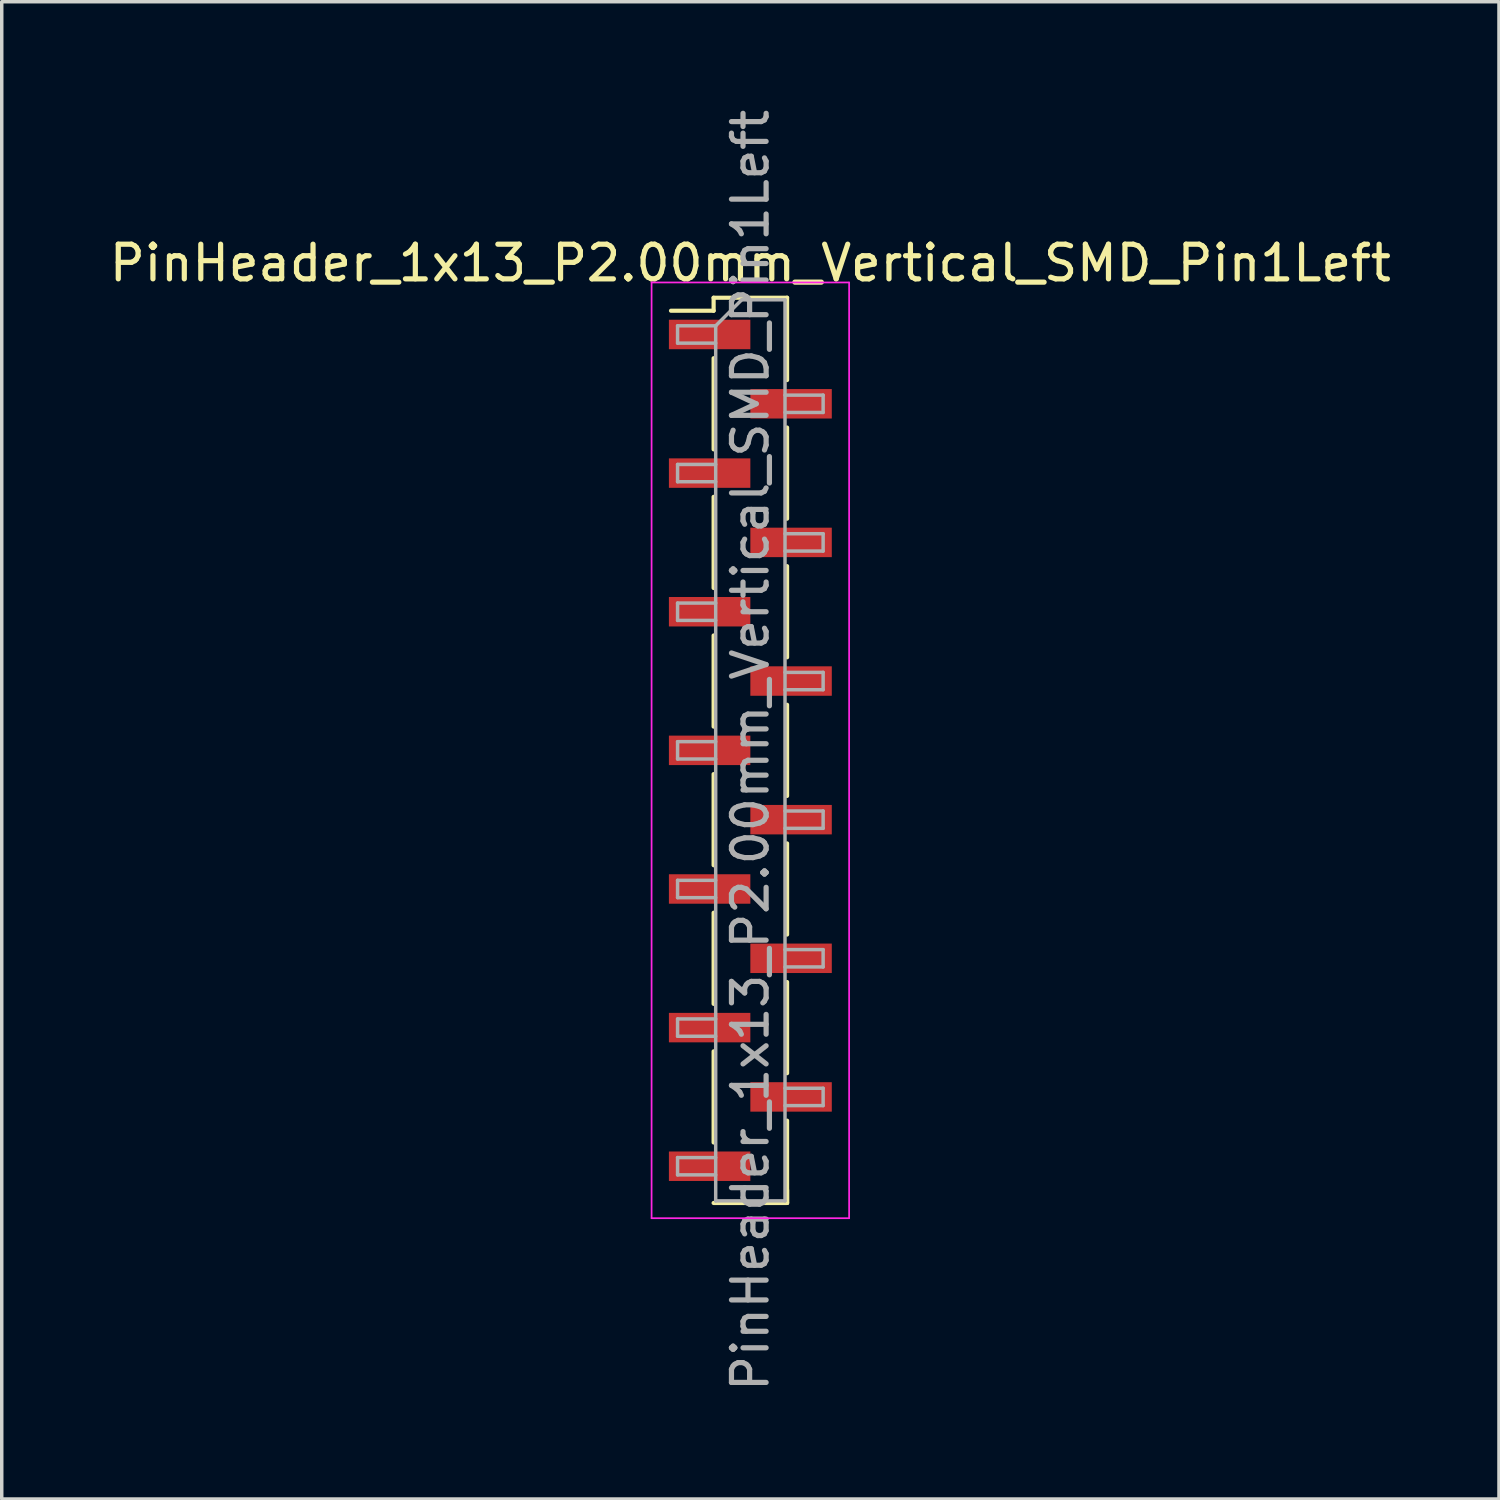
<source format=kicad_pcb>
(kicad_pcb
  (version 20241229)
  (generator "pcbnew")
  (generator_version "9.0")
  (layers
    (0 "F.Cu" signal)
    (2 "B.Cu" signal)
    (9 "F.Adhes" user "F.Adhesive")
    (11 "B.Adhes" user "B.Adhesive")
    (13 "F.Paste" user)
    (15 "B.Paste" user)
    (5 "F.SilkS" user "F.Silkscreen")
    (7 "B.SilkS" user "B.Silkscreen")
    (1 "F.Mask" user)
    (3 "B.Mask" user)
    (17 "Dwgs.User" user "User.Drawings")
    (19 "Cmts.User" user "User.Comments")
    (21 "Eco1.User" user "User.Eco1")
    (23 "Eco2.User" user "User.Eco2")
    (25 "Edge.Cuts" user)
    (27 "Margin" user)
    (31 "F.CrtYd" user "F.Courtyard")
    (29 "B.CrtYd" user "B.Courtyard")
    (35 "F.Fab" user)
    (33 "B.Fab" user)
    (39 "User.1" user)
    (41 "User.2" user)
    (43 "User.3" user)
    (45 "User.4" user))
  (footprint "PinHeader_1x13_P2.00mm_Vertical_SMD_Pin1Left"
    (layer "F.Cu")
    (at 18.601 18.601)
    (property "Reference" "PinHeader_1x13_P2.00mm_Vertical_SMD_Pin1Left" (at 0 -14.06 0) (layer "F.SilkS") (effects (font (size 1 1) (thickness 0.15))))
    (attr smd)
    (fp_line (start -1.06 -13.06) (end -1.06 -12.685) (stroke (width 0.12) (type solid)) (layer "F.SilkS"))
    (fp_line (start -1.06 -13.06) (end 1.06 -13.06) (stroke (width 0.12) (type solid)) (layer "F.SilkS"))
    (fp_line (start -1.06 -12.685) (end -2.29 -12.685) (stroke (width 0.12) (type solid)) (layer "F.SilkS"))
    (fp_line (start -1.06 -11.315) (end -1.06 -8.685) (stroke (width 0.12) (type solid)) (layer "F.SilkS"))
    (fp_line (start -1.06 -7.315) (end -1.06 -4.685) (stroke (width 0.12) (type solid)) (layer "F.SilkS"))
    (fp_line (start -1.06 -3.315) (end -1.06 -0.685) (stroke (width 0.12) (type solid)) (layer "F.SilkS"))
    (fp_line (start -1.06 0.685) (end -1.06 3.315) (stroke (width 0.12) (type solid)) (layer "F.SilkS"))
    (fp_line (start -1.06 4.685) (end -1.06 7.315) (stroke (width 0.12) (type solid)) (layer "F.SilkS"))
    (fp_line (start -1.06 8.685) (end -1.06 11.315) (stroke (width 0.12) (type solid)) (layer "F.SilkS"))
    (fp_line (start -1.06 13.06) (end 1.06 13.06) (stroke (width 0.12) (type solid)) (layer "F.SilkS"))
    (fp_line (start 1.06 -13.06) (end 1.06 -10.685) (stroke (width 0.12) (type solid)) (layer "F.SilkS"))
    (fp_line (start 1.06 -9.315) (end 1.06 -6.685) (stroke (width 0.12) (type solid)) (layer "F.SilkS"))
    (fp_line (start 1.06 -5.315) (end 1.06 -2.685) (stroke (width 0.12) (type solid)) (layer "F.SilkS"))
    (fp_line (start 1.06 -1.315) (end 1.06 1.315) (stroke (width 0.12) (type solid)) (layer "F.SilkS"))
    (fp_line (start 1.06 2.685) (end 1.06 5.315) (stroke (width 0.12) (type solid)) (layer "F.SilkS"))
    (fp_line (start 1.06 6.685) (end 1.06 9.315) (stroke (width 0.12) (type solid)) (layer "F.SilkS"))
    (fp_line (start 1.06 10.685) (end 1.06 13.06) (stroke (width 0.12) (type solid)) (layer "F.SilkS"))
    (fp_line (start 1.06 12.685) (end 1.06 13.06) (stroke (width 0.12) (type solid)) (layer "F.SilkS"))
    (fp_line (start -2.85 -13.5) (end -2.85 13.5) (stroke (width 0.05) (type solid)) (layer "F.CrtYd"))
    (fp_line (start -2.85 13.5) (end 2.85 13.5) (stroke (width 0.05) (type solid)) (layer "F.CrtYd"))
    (fp_line (start 2.85 -13.5) (end -2.85 -13.5) (stroke (width 0.05) (type solid)) (layer "F.CrtYd"))
    (fp_line (start 2.85 13.5) (end 2.85 -13.5) (stroke (width 0.05) (type solid)) (layer "F.CrtYd"))
    (fp_line (start -2.1 -12.25) (end -2.1 -11.75) (stroke (width 0.1) (type solid)) (layer "F.Fab"))
    (fp_line (start -2.1 -11.75) (end -1 -11.75) (stroke (width 0.1) (type solid)) (layer "F.Fab"))
    (fp_line (start -2.1 -8.25) (end -2.1 -7.75) (stroke (width 0.1) (type solid)) (layer "F.Fab"))
    (fp_line (start -2.1 -7.75) (end -1 -7.75) (stroke (width 0.1) (type solid)) (layer "F.Fab"))
    (fp_line (start -2.1 -4.25) (end -2.1 -3.75) (stroke (width 0.1) (type solid)) (layer "F.Fab"))
    (fp_line (start -2.1 -3.75) (end -1 -3.75) (stroke (width 0.1) (type solid)) (layer "F.Fab"))
    (fp_line (start -2.1 -0.25) (end -2.1 0.25) (stroke (width 0.1) (type solid)) (layer "F.Fab"))
    (fp_line (start -2.1 0.25) (end -1 0.25) (stroke (width 0.1) (type solid)) (layer "F.Fab"))
    (fp_line (start -2.1 3.75) (end -2.1 4.25) (stroke (width 0.1) (type solid)) (layer "F.Fab"))
    (fp_line (start -2.1 4.25) (end -1 4.25) (stroke (width 0.1) (type solid)) (layer "F.Fab"))
    (fp_line (start -2.1 7.75) (end -2.1 8.25) (stroke (width 0.1) (type solid)) (layer "F.Fab"))
    (fp_line (start -2.1 8.25) (end -1 8.25) (stroke (width 0.1) (type solid)) (layer "F.Fab"))
    (fp_line (start -2.1 11.75) (end -2.1 12.25) (stroke (width 0.1) (type solid)) (layer "F.Fab"))
    (fp_line (start -2.1 12.25) (end -1 12.25) (stroke (width 0.1) (type solid)) (layer "F.Fab"))
    (fp_line (start -1 -12.25) (end -2.1 -12.25) (stroke (width 0.1) (type solid)) (layer "F.Fab"))
    (fp_line (start -1 -12.25) (end -0.25 -13) (stroke (width 0.1) (type solid)) (layer "F.Fab"))
    (fp_line (start -1 -8.25) (end -2.1 -8.25) (stroke (width 0.1) (type solid)) (layer "F.Fab"))
    (fp_line (start -1 -4.25) (end -2.1 -4.25) (stroke (width 0.1) (type solid)) (layer "F.Fab"))
    (fp_line (start -1 -0.25) (end -2.1 -0.25) (stroke (width 0.1) (type solid)) (layer "F.Fab"))
    (fp_line (start -1 3.75) (end -2.1 3.75) (stroke (width 0.1) (type solid)) (layer "F.Fab"))
    (fp_line (start -1 7.75) (end -2.1 7.75) (stroke (width 0.1) (type solid)) (layer "F.Fab"))
    (fp_line (start -1 11.75) (end -2.1 11.75) (stroke (width 0.1) (type solid)) (layer "F.Fab"))
    (fp_line (start -1 13) (end -1 -12.25) (stroke (width 0.1) (type solid)) (layer "F.Fab"))
    (fp_line (start -0.25 -13) (end 1 -13) (stroke (width 0.1) (type solid)) (layer "F.Fab"))
    (fp_line (start 1 -13) (end 1 13) (stroke (width 0.1) (type solid)) (layer "F.Fab"))
    (fp_line (start 1 -10.25) (end 2.1 -10.25) (stroke (width 0.1) (type solid)) (layer "F.Fab"))
    (fp_line (start 1 -6.25) (end 2.1 -6.25) (stroke (width 0.1) (type solid)) (layer "F.Fab"))
    (fp_line (start 1 -2.25) (end 2.1 -2.25) (stroke (width 0.1) (type solid)) (layer "F.Fab"))
    (fp_line (start 1 1.75) (end 2.1 1.75) (stroke (width 0.1) (type solid)) (layer "F.Fab"))
    (fp_line (start 1 5.75) (end 2.1 5.75) (stroke (width 0.1) (type solid)) (layer "F.Fab"))
    (fp_line (start 1 9.75) (end 2.1 9.75) (stroke (width 0.1) (type solid)) (layer "F.Fab"))
    (fp_line (start 1 13) (end -1 13) (stroke (width 0.1) (type solid)) (layer "F.Fab"))
    (fp_line (start 2.1 -10.25) (end 2.1 -9.75) (stroke (width 0.1) (type solid)) (layer "F.Fab"))
    (fp_line (start 2.1 -9.75) (end 1 -9.75) (stroke (width 0.1) (type solid)) (layer "F.Fab"))
    (fp_line (start 2.1 -6.25) (end 2.1 -5.75) (stroke (width 0.1) (type solid)) (layer "F.Fab"))
    (fp_line (start 2.1 -5.75) (end 1 -5.75) (stroke (width 0.1) (type solid)) (layer "F.Fab"))
    (fp_line (start 2.1 -2.25) (end 2.1 -1.75) (stroke (width 0.1) (type solid)) (layer "F.Fab"))
    (fp_line (start 2.1 -1.75) (end 1 -1.75) (stroke (width 0.1) (type solid)) (layer "F.Fab"))
    (fp_line (start 2.1 1.75) (end 2.1 2.25) (stroke (width 0.1) (type solid)) (layer "F.Fab"))
    (fp_line (start 2.1 2.25) (end 1 2.25) (stroke (width 0.1) (type solid)) (layer "F.Fab"))
    (fp_line (start 2.1 5.75) (end 2.1 6.25) (stroke (width 0.1) (type solid)) (layer "F.Fab"))
    (fp_line (start 2.1 6.25) (end 1 6.25) (stroke (width 0.1) (type solid)) (layer "F.Fab"))
    (fp_line (start 2.1 9.75) (end 2.1 10.25) (stroke (width 0.1) (type solid)) (layer "F.Fab"))
    (fp_line (start 2.1 10.25) (end 1 10.25) (stroke (width 0.1) (type solid)) (layer "F.Fab"))
    (fp_text user "${REFERENCE}" (at 0 0 90) (layer "F.Fab") (effects (font (size 1 1) (thickness 0.15))))
    (pad "1" smd rect (at -1.175 -12) (size 2.35 0.85) (layers "F.Cu" "F.Mask" "F.Paste"))
    (pad "2" smd rect (at 1.175 -10) (size 2.35 0.85) (layers "F.Cu" "F.Mask" "F.Paste"))
    (pad "3" smd rect (at -1.175 -8) (size 2.35 0.85) (layers "F.Cu" "F.Mask" "F.Paste"))
    (pad "4" smd rect (at 1.175 -6) (size 2.35 0.85) (layers "F.Cu" "F.Mask" "F.Paste"))
    (pad "5" smd rect (at -1.175 -4) (size 2.35 0.85) (layers "F.Cu" "F.Mask" "F.Paste"))
    (pad "6" smd rect (at 1.175 -2) (size 2.35 0.85) (layers "F.Cu" "F.Mask" "F.Paste"))
    (pad "7" smd rect (at -1.175 0) (size 2.35 0.85) (layers "F.Cu" "F.Mask" "F.Paste"))
    (pad "8" smd rect (at 1.175 2) (size 2.35 0.85) (layers "F.Cu" "F.Mask" "F.Paste"))
    (pad "9" smd rect (at -1.175 4) (size 2.35 0.85) (layers "F.Cu" "F.Mask" "F.Paste"))
    (pad "10" smd rect (at 1.175 6) (size 2.35 0.85) (layers "F.Cu" "F.Mask" "F.Paste"))
    (pad "11" smd rect (at -1.175 8) (size 2.35 0.85) (layers "F.Cu" "F.Mask" "F.Paste"))
    (pad "12" smd rect (at 1.175 10) (size 2.35 0.85) (layers "F.Cu" "F.Mask" "F.Paste"))
    (pad "13" smd rect (at -1.175 12) (size 2.35 0.85) (layers "F.Cu" "F.Mask" "F.Paste")))
  (gr_rect
    (start -3 -3)
    (end 40.202 40.202)
    (stroke (width 0.1) (type default))
    (fill no)
    (layer "Edge.Cuts")))
</source>
